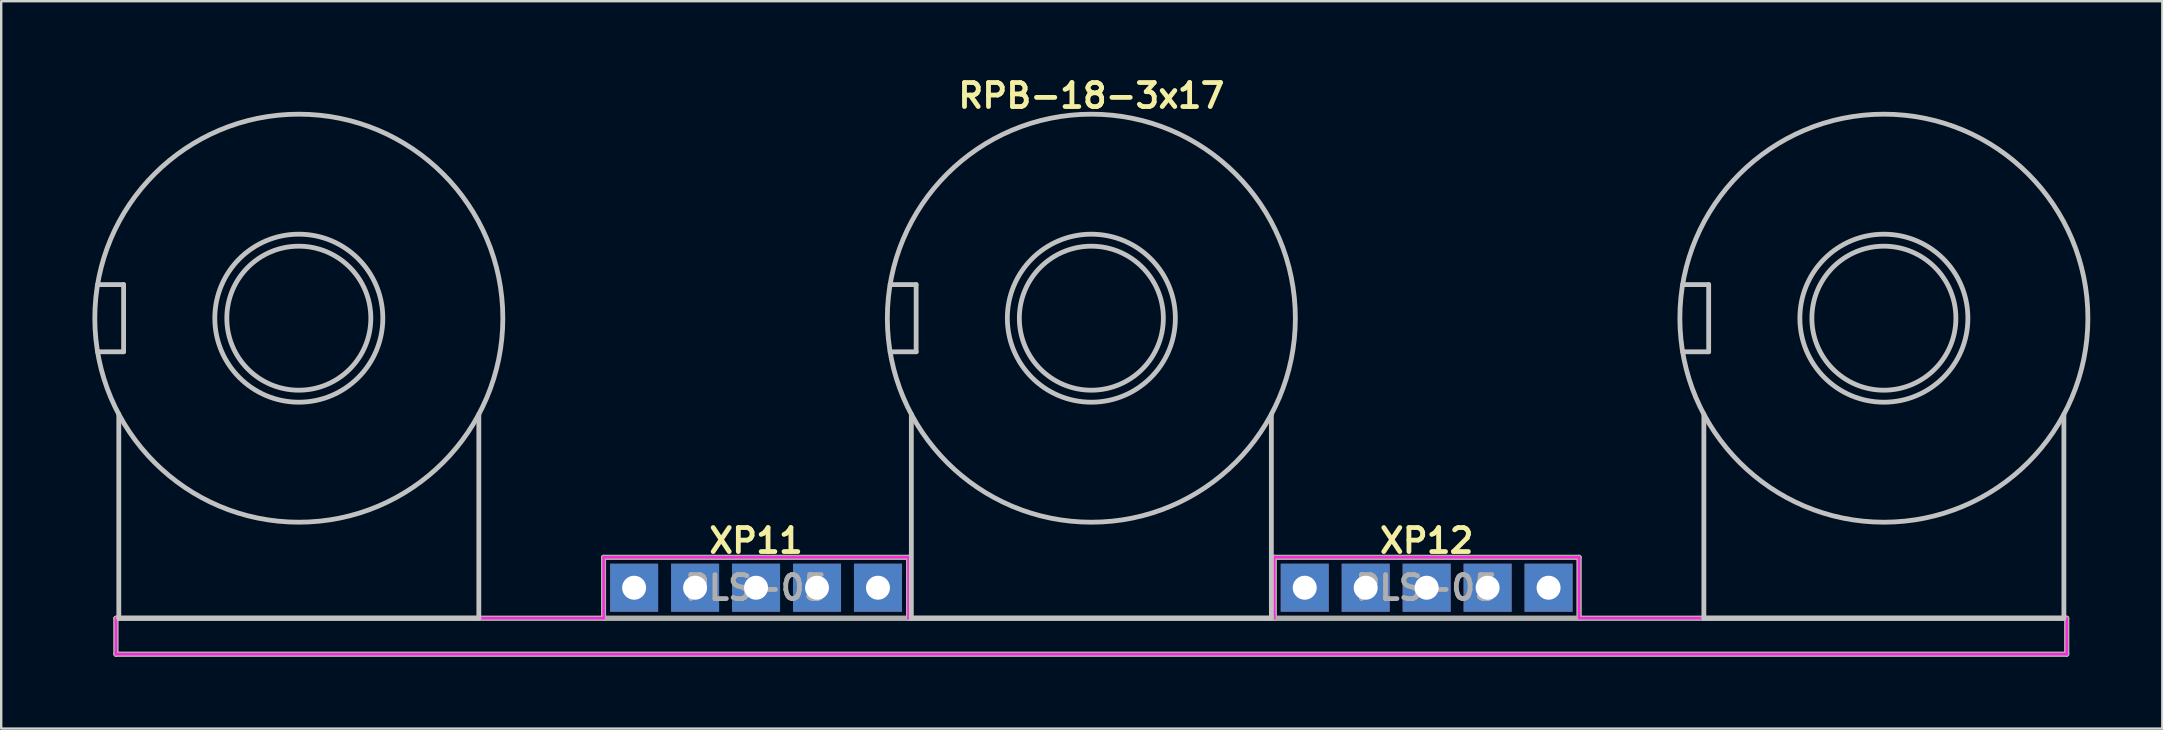
<source format=kicad_pcb>
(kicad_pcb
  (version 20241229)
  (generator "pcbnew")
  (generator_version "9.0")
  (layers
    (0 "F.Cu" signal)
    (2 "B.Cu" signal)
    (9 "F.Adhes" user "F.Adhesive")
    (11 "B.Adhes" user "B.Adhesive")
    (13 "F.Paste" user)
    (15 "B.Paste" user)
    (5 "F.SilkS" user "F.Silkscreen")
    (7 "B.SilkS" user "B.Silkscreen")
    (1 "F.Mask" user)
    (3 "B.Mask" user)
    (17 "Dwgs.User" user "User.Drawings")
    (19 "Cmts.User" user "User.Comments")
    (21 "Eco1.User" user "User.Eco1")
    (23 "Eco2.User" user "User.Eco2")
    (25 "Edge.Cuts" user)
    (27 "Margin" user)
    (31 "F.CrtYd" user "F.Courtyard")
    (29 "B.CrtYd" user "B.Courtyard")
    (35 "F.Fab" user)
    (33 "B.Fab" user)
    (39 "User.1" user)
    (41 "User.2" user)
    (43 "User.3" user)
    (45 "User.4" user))
  (footprint "RPB-18-3x17"
    (layer "F.Cu")
    (at 42.42 10.207)
    (property "Reference" "RPB-18-3x17" (at 0 -9.271 0) (layer "F.SilkS") (effects (font (size 1 1) (thickness 0.2))))
    (attr through_hole)
    (fp_line (start -40.64 12.5) (end -40.64 14) (stroke (width 0.2) (type solid)) (layer "F.SilkS"))
    (fp_line (start -40.64 12.5) (end 40.64 12.5) (stroke (width 0.2) (type solid)) (layer "F.SilkS"))
    (fp_line (start -40.64 14) (end 40.64 14) (stroke (width 0.2) (type solid)) (layer "F.SilkS"))
    (fp_line (start -20.32 9.96) (end -20.32 12.5) (stroke (width 0.2) (type solid)) (layer "F.SilkS"))
    (fp_line (start -20.32 9.96) (end -7.62 9.96) (stroke (width 0.2) (type solid)) (layer "F.SilkS"))
    (fp_line (start -7.62 9.96) (end -7.62 12.5) (stroke (width 0.2) (type solid)) (layer "F.SilkS"))
    (fp_line (start 7.62 9.96) (end 7.62 12.5) (stroke (width 0.2) (type solid)) (layer "F.SilkS"))
    (fp_line (start 7.62 9.96) (end 20.32 9.96) (stroke (width 0.2) (type solid)) (layer "F.SilkS"))
    (fp_line (start 20.32 9.96) (end 20.32 12.5) (stroke (width 0.2) (type solid)) (layer "F.SilkS"))
    (fp_line (start 40.64 12.5) (end 40.64 14) (stroke (width 0.2) (type solid)) (layer "F.SilkS"))
    (fp_line (start -41.404 -1.4) (end -40.32 -1.4) (stroke (width 0.2) (type solid)) (layer "Dwgs.User"))
    (fp_line (start -41.404 1.4) (end -40.32 1.4) (stroke (width 0.2) (type solid)) (layer "Dwgs.User"))
    (fp_line (start -40.52 4) (end -40.52 12.5) (stroke (width 0.2) (type solid)) (layer "Dwgs.User"))
    (fp_line (start -40.52 12.5) (end -25.52 12.5) (stroke (width 0.2) (type solid)) (layer "Dwgs.User"))
    (fp_line (start -40.32 -1.4) (end -40.32 1.4) (stroke (width 0.2) (type solid)) (layer "Dwgs.User"))
    (fp_line (start -25.52 4) (end -25.52 12.5) (stroke (width 0.2) (type solid)) (layer "Dwgs.User"))
    (fp_line (start -8.384 -1.4) (end -7.3 -1.4) (stroke (width 0.2) (type solid)) (layer "Dwgs.User"))
    (fp_line (start -8.384 1.4) (end -7.3 1.4) (stroke (width 0.2) (type solid)) (layer "Dwgs.User"))
    (fp_line (start -7.5 4) (end -7.5 12.5) (stroke (width 0.2) (type solid)) (layer "Dwgs.User"))
    (fp_line (start -7.5 12.5) (end 7.5 12.5) (stroke (width 0.2) (type solid)) (layer "Dwgs.User"))
    (fp_line (start -7.3 -1.4) (end -7.3 1.4) (stroke (width 0.2) (type solid)) (layer "Dwgs.User"))
    (fp_line (start 7.5 4) (end 7.5 12.5) (stroke (width 0.2) (type solid)) (layer "Dwgs.User"))
    (fp_line (start 24.636 -1.4) (end 25.72 -1.4) (stroke (width 0.2) (type solid)) (layer "Dwgs.User"))
    (fp_line (start 24.636 1.4) (end 25.72 1.4) (stroke (width 0.2) (type solid)) (layer "Dwgs.User"))
    (fp_line (start 25.52 4) (end 25.52 12.5) (stroke (width 0.2) (type solid)) (layer "Dwgs.User"))
    (fp_line (start 25.52 12.5) (end 40.52 12.5) (stroke (width 0.2) (type solid)) (layer "Dwgs.User"))
    (fp_line (start 25.72 -1.4) (end 25.72 1.4) (stroke (width 0.2) (type solid)) (layer "Dwgs.User"))
    (fp_line (start 40.52 4) (end 40.52 12.5) (stroke (width 0.2) (type solid)) (layer "Dwgs.User"))
    (fp_circle (center -33.02 0) (end -30.02 0) (stroke (width 0.2) (type solid)) (fill no) (layer "Dwgs.User"))
    (fp_circle (center -33.02 0) (end -29.52 0) (stroke (width 0.2) (type solid)) (fill no) (layer "Dwgs.User"))
    (fp_circle (center -33.02 0) (end -24.52 0) (stroke (width 0.2) (type solid)) (fill no) (layer "Dwgs.User"))
    (fp_circle (center 0 0) (end 3 0) (stroke (width 0.2) (type solid)) (fill no) (layer "Dwgs.User"))
    (fp_circle (center 0 0) (end 3.5 0) (stroke (width 0.2) (type solid)) (fill no) (layer "Dwgs.User"))
    (fp_circle (center 0 0) (end 8.5 0) (stroke (width 0.2) (type solid)) (fill no) (layer "Dwgs.User"))
    (fp_circle (center 33.02 0) (end 36.02 0) (stroke (width 0.2) (type solid)) (fill no) (layer "Dwgs.User"))
    (fp_circle (center 33.02 0) (end 36.52 0) (stroke (width 0.2) (type solid)) (fill no) (layer "Dwgs.User"))
    (fp_circle (center 33.02 0) (end 41.52 0) (stroke (width 0.2) (type solid)) (fill no) (layer "Dwgs.User"))
    (fp_circle (center -40.92 0) (end -39.62 0) (stroke (width 0.4) (type solid)) (fill no) (layer "Eco1.User"))
    (fp_circle (center -33.02 0) (end -29.32 0) (stroke (width 0.4) (type solid)) (fill no) (layer "Eco1.User"))
    (fp_circle (center -7.9 0) (end -6.6 0) (stroke (width 0.4) (type solid)) (fill no) (layer "Eco1.User"))
    (fp_circle (center 0 0) (end 3.7 0) (stroke (width 0.4) (type solid)) (fill no) (layer "Eco1.User"))
    (fp_circle (center 25.12 0) (end 26.42 0) (stroke (width 0.4) (type solid)) (fill no) (layer "Eco1.User"))
    (fp_circle (center 33.02 0) (end 36.72 0) (stroke (width 0.4) (type solid)) (fill no) (layer "Eco1.User"))
    (fp_line (start -40.64 12.5) (end -40.64 14) (stroke (width 0.1) (type solid)) (layer "F.CrtYd"))
    (fp_line (start -40.64 12.5) (end -20.32 12.5) (stroke (width 0.1) (type solid)) (layer "F.CrtYd"))
    (fp_line (start -40.64 14) (end 40.64 14) (stroke (width 0.1) (type solid)) (layer "F.CrtYd"))
    (fp_line (start -20.32 9.96) (end -20.32 12.5) (stroke (width 0.1) (type solid)) (layer "F.CrtYd"))
    (fp_line (start -20.32 9.96) (end -7.62 9.96) (stroke (width 0.1) (type solid)) (layer "F.CrtYd"))
    (fp_line (start -7.62 9.96) (end -7.62 12.5) (stroke (width 0.1) (type solid)) (layer "F.CrtYd"))
    (fp_line (start -7.62 12.5) (end 7.62 12.5) (stroke (width 0.1) (type solid)) (layer "F.CrtYd"))
    (fp_line (start 7.62 9.96) (end 7.62 12.5) (stroke (width 0.1) (type solid)) (layer "F.CrtYd"))
    (fp_line (start 7.62 9.96) (end 20.32 9.96) (stroke (width 0.1) (type solid)) (layer "F.CrtYd"))
    (fp_line (start 20.32 9.96) (end 20.32 12.5) (stroke (width 0.1) (type solid)) (layer "F.CrtYd"))
    (fp_line (start 20.32 12.5) (end 40.64 12.5) (stroke (width 0.1) (type solid)) (layer "F.CrtYd"))
    (fp_line (start 40.64 12.5) (end 40.64 14) (stroke (width 0.1) (type solid)) (layer "F.CrtYd"))
    (fp_line (start -40.64 12.5) (end -40.64 14) (stroke (width 0.2) (type solid)) (layer "F.Fab"))
    (fp_line (start -40.64 12.5) (end 40.64 12.5) (stroke (width 0.2) (type solid)) (layer "F.Fab"))
    (fp_line (start -40.64 14) (end 40.64 14) (stroke (width 0.2) (type solid)) (layer "F.Fab"))
    (fp_line (start -20.32 9.96) (end -20.32 12.5) (stroke (width 0.2) (type solid)) (layer "F.Fab"))
    (fp_line (start -20.32 9.96) (end -7.62 9.96) (stroke (width 0.2) (type solid)) (layer "F.Fab"))
    (fp_line (start -7.62 9.96) (end -7.62 12.5) (stroke (width 0.2) (type solid)) (layer "F.Fab"))
    (fp_line (start 7.62 9.96) (end 7.62 12.5) (stroke (width 0.2) (type solid)) (layer "F.Fab"))
    (fp_line (start 7.62 9.96) (end 20.32 9.96) (stroke (width 0.2) (type solid)) (layer "F.Fab"))
    (fp_line (start 20.32 9.96) (end 20.32 12.5) (stroke (width 0.2) (type solid)) (layer "F.Fab"))
    (fp_line (start 40.64 12.5) (end 40.64 14) (stroke (width 0.2) (type solid)) (layer "F.Fab"))
    (fp_text user "XP11" (at -13.97 9.271 0) (layer "F.SilkS") (effects (font (size 1 1) (thickness 0.2))))
    (fp_text user "XP12" (at 13.97 9.271 0) (layer "F.SilkS") (effects (font (size 1 1) (thickness 0.2))))
    (fp_text user "PLS-05" (at -13.97 11.23 0) (layer "F.Fab") (effects (font (size 1 1) (thickness 0.2))))
    (fp_text user "PLS-05" (at 13.97 11.23 0) (layer "F.Fab") (effects (font (size 1 1) (thickness 0.2))))
    (pad "11" thru_hole rect (at -13.97 11.23) (size 2 2) (drill 1) (layers "B.Cu" "B.Mask"))
    (pad "12" thru_hole rect (at -16.51 11.23) (size 2 2) (drill 1) (layers "B.Cu" "B.Mask"))
    (pad "13" thru_hole rect (at -19.05 11.23) (size 2 2) (drill 1) (layers "B.Cu" "B.Mask"))
    (pad "21" thru_hole rect (at -11.43 11.23) (size 2 2) (drill 1) (layers "B.Cu" "B.Mask"))
    (pad "22" thru_hole rect (at -8.89 11.23) (size 2 2) (drill 1) (layers "B.Cu" "B.Mask"))
    (pad "22" thru_hole rect (at 8.89 11.23) (size 2 2) (drill 1) (layers "B.Cu" "B.Mask"))
    (pad "23" thru_hole rect (at 11.43 11.23) (size 2 2) (drill 1) (layers "B.Cu" "B.Mask"))
    (pad "31" thru_hole rect (at 19.05 11.23) (size 2 2) (drill 1) (layers "B.Cu" "B.Mask"))
    (pad "32" thru_hole rect (at 16.51 11.23) (size 2 2) (drill 1) (layers "B.Cu" "B.Mask"))
    (pad "33" thru_hole rect (at 13.97 11.23) (size 2 2) (drill 1) (layers "B.Cu" "B.Mask")))
  (gr_rect
    (start -3 -3)
    (end 87.04 27.307)
    (stroke (width 0.1) (type default))
    (fill no)
    (layer "Edge.Cuts")))
</source>
